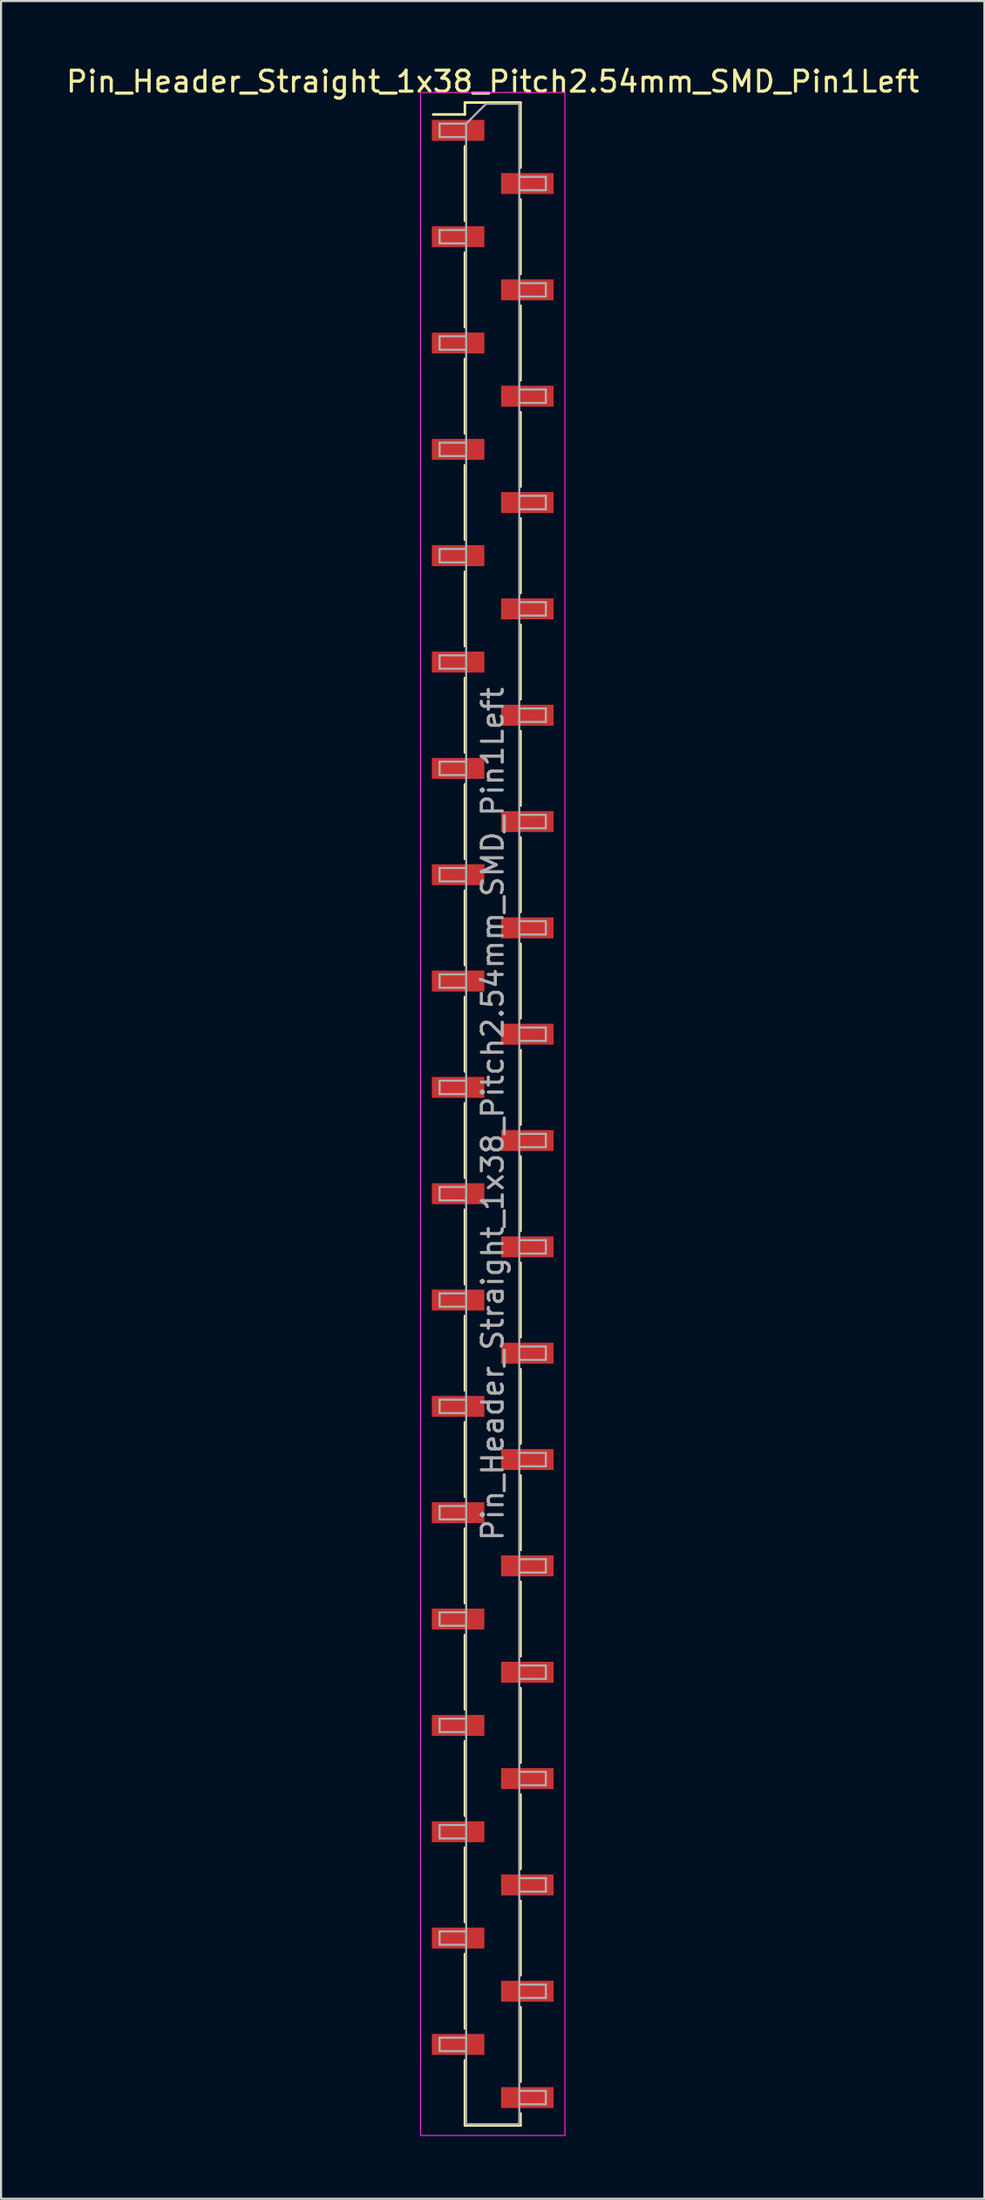
<source format=kicad_pcb>
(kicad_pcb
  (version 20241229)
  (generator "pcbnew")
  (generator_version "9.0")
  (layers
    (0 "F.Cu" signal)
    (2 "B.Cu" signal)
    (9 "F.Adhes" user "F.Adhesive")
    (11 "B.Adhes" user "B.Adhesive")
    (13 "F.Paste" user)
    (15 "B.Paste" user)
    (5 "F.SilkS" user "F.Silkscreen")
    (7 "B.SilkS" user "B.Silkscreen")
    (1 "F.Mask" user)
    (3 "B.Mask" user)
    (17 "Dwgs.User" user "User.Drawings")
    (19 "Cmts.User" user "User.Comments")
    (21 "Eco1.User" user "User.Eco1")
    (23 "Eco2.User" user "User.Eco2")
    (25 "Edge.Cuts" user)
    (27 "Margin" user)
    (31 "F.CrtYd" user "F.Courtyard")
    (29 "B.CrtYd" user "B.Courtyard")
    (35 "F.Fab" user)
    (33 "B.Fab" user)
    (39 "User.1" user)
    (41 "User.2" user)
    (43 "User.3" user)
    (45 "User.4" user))
  (footprint "Pin_Header_Straight_1x38_Pitch2.54mm_SMD_Pin1Left"
    (layer "F.Cu")
    (at 20.506 50.168)
    (property "Reference" "Pin_Header_Straight_1x38_Pitch2.54mm_SMD_Pin1Left" (at 0 -49.32 0) (layer "F.SilkS") (effects (font (size 1 1) (thickness 0.15))))
    (attr smd)
    (fp_line (start -1.33 -48.32) (end -1.33 -47.75) (stroke (width 0.12) (type solid)) (layer "F.SilkS"))
    (fp_line (start -1.33 -48.32) (end 1.33 -48.32) (stroke (width 0.12) (type solid)) (layer "F.SilkS"))
    (fp_line (start -1.33 -47.75) (end -2.85 -47.75) (stroke (width 0.12) (type solid)) (layer "F.SilkS"))
    (fp_line (start -1.33 -46.23) (end -1.33 -42.67) (stroke (width 0.12) (type solid)) (layer "F.SilkS"))
    (fp_line (start -1.33 -41.15) (end -1.33 -37.59) (stroke (width 0.12) (type solid)) (layer "F.SilkS"))
    (fp_line (start -1.33 -36.07) (end -1.33 -32.51) (stroke (width 0.12) (type solid)) (layer "F.SilkS"))
    (fp_line (start -1.33 -30.99) (end -1.33 -27.43) (stroke (width 0.12) (type solid)) (layer "F.SilkS"))
    (fp_line (start -1.33 -25.91) (end -1.33 -22.35) (stroke (width 0.12) (type solid)) (layer "F.SilkS"))
    (fp_line (start -1.33 -20.83) (end -1.33 -17.27) (stroke (width 0.12) (type solid)) (layer "F.SilkS"))
    (fp_line (start -1.33 -15.75) (end -1.33 -12.19) (stroke (width 0.12) (type solid)) (layer "F.SilkS"))
    (fp_line (start -1.33 -10.67) (end -1.33 -7.11) (stroke (width 0.12) (type solid)) (layer "F.SilkS"))
    (fp_line (start -1.33 -5.59) (end -1.33 -2.03) (stroke (width 0.12) (type solid)) (layer "F.SilkS"))
    (fp_line (start -1.33 -0.51) (end -1.33 3.05) (stroke (width 0.12) (type solid)) (layer "F.SilkS"))
    (fp_line (start -1.33 4.57) (end -1.33 8.13) (stroke (width 0.12) (type solid)) (layer "F.SilkS"))
    (fp_line (start -1.33 9.65) (end -1.33 13.21) (stroke (width 0.12) (type solid)) (layer "F.SilkS"))
    (fp_line (start -1.33 14.73) (end -1.33 18.29) (stroke (width 0.12) (type solid)) (layer "F.SilkS"))
    (fp_line (start -1.33 19.81) (end -1.33 23.37) (stroke (width 0.12) (type solid)) (layer "F.SilkS"))
    (fp_line (start -1.33 24.89) (end -1.33 28.45) (stroke (width 0.12) (type solid)) (layer "F.SilkS"))
    (fp_line (start -1.33 29.97) (end -1.33 33.53) (stroke (width 0.12) (type solid)) (layer "F.SilkS"))
    (fp_line (start -1.33 35.05) (end -1.33 38.61) (stroke (width 0.12) (type solid)) (layer "F.SilkS"))
    (fp_line (start -1.33 40.13) (end -1.33 43.69) (stroke (width 0.12) (type solid)) (layer "F.SilkS"))
    (fp_line (start -1.33 45.21) (end -1.33 48.32) (stroke (width 0.12) (type solid)) (layer "F.SilkS"))
    (fp_line (start -1.33 48.32) (end 1.33 48.32) (stroke (width 0.12) (type solid)) (layer "F.SilkS"))
    (fp_line (start 1.33 -48.32) (end 1.33 -45.21) (stroke (width 0.12) (type solid)) (layer "F.SilkS"))
    (fp_line (start 1.33 -43.69) (end 1.33 -40.13) (stroke (width 0.12) (type solid)) (layer "F.SilkS"))
    (fp_line (start 1.33 -38.61) (end 1.33 -35.05) (stroke (width 0.12) (type solid)) (layer "F.SilkS"))
    (fp_line (start 1.33 -33.53) (end 1.33 -29.97) (stroke (width 0.12) (type solid)) (layer "F.SilkS"))
    (fp_line (start 1.33 -28.45) (end 1.33 -24.89) (stroke (width 0.12) (type solid)) (layer "F.SilkS"))
    (fp_line (start 1.33 -23.37) (end 1.33 -19.81) (stroke (width 0.12) (type solid)) (layer "F.SilkS"))
    (fp_line (start 1.33 -18.29) (end 1.33 -14.73) (stroke (width 0.12) (type solid)) (layer "F.SilkS"))
    (fp_line (start 1.33 -13.21) (end 1.33 -9.65) (stroke (width 0.12) (type solid)) (layer "F.SilkS"))
    (fp_line (start 1.33 -8.13) (end 1.33 -4.57) (stroke (width 0.12) (type solid)) (layer "F.SilkS"))
    (fp_line (start 1.33 -3.05) (end 1.33 0.51) (stroke (width 0.12) (type solid)) (layer "F.SilkS"))
    (fp_line (start 1.33 2.03) (end 1.33 5.59) (stroke (width 0.12) (type solid)) (layer "F.SilkS"))
    (fp_line (start 1.33 7.11) (end 1.33 10.67) (stroke (width 0.12) (type solid)) (layer "F.SilkS"))
    (fp_line (start 1.33 12.19) (end 1.33 15.75) (stroke (width 0.12) (type solid)) (layer "F.SilkS"))
    (fp_line (start 1.33 17.27) (end 1.33 20.83) (stroke (width 0.12) (type solid)) (layer "F.SilkS"))
    (fp_line (start 1.33 22.35) (end 1.33 25.91) (stroke (width 0.12) (type solid)) (layer "F.SilkS"))
    (fp_line (start 1.33 27.43) (end 1.33 30.99) (stroke (width 0.12) (type solid)) (layer "F.SilkS"))
    (fp_line (start 1.33 32.51) (end 1.33 36.07) (stroke (width 0.12) (type solid)) (layer "F.SilkS"))
    (fp_line (start 1.33 37.59) (end 1.33 41.15) (stroke (width 0.12) (type solid)) (layer "F.SilkS"))
    (fp_line (start 1.33 42.67) (end 1.33 46.23) (stroke (width 0.12) (type solid)) (layer "F.SilkS"))
    (fp_line (start 1.33 47.75) (end 1.33 48.32) (stroke (width 0.12) (type solid)) (layer "F.SilkS"))
    (fp_line (start -3.45 -48.8) (end -3.45 48.8) (stroke (width 0.05) (type solid)) (layer "F.CrtYd"))
    (fp_line (start -3.45 48.8) (end 3.45 48.8) (stroke (width 0.05) (type solid)) (layer "F.CrtYd"))
    (fp_line (start 3.45 -48.8) (end -3.45 -48.8) (stroke (width 0.05) (type solid)) (layer "F.CrtYd"))
    (fp_line (start 3.45 48.8) (end 3.45 -48.8) (stroke (width 0.05) (type solid)) (layer "F.CrtYd"))
    (fp_line (start -2.54 -47.31) (end -2.54 -46.67) (stroke (width 0.1) (type solid)) (layer "F.Fab"))
    (fp_line (start -2.54 -46.67) (end -1.27 -46.67) (stroke (width 0.1) (type solid)) (layer "F.Fab"))
    (fp_line (start -2.54 -42.23) (end -2.54 -41.59) (stroke (width 0.1) (type solid)) (layer "F.Fab"))
    (fp_line (start -2.54 -41.59) (end -1.27 -41.59) (stroke (width 0.1) (type solid)) (layer "F.Fab"))
    (fp_line (start -2.54 -37.15) (end -2.54 -36.51) (stroke (width 0.1) (type solid)) (layer "F.Fab"))
    (fp_line (start -2.54 -36.51) (end -1.27 -36.51) (stroke (width 0.1) (type solid)) (layer "F.Fab"))
    (fp_line (start -2.54 -32.07) (end -2.54 -31.43) (stroke (width 0.1) (type solid)) (layer "F.Fab"))
    (fp_line (start -2.54 -31.43) (end -1.27 -31.43) (stroke (width 0.1) (type solid)) (layer "F.Fab"))
    (fp_line (start -2.54 -26.99) (end -2.54 -26.35) (stroke (width 0.1) (type solid)) (layer "F.Fab"))
    (fp_line (start -2.54 -26.35) (end -1.27 -26.35) (stroke (width 0.1) (type solid)) (layer "F.Fab"))
    (fp_line (start -2.54 -21.91) (end -2.54 -21.27) (stroke (width 0.1) (type solid)) (layer "F.Fab"))
    (fp_line (start -2.54 -21.27) (end -1.27 -21.27) (stroke (width 0.1) (type solid)) (layer "F.Fab"))
    (fp_line (start -2.54 -16.83) (end -2.54 -16.19) (stroke (width 0.1) (type solid)) (layer "F.Fab"))
    (fp_line (start -2.54 -16.19) (end -1.27 -16.19) (stroke (width 0.1) (type solid)) (layer "F.Fab"))
    (fp_line (start -2.54 -11.75) (end -2.54 -11.11) (stroke (width 0.1) (type solid)) (layer "F.Fab"))
    (fp_line (start -2.54 -11.11) (end -1.27 -11.11) (stroke (width 0.1) (type solid)) (layer "F.Fab"))
    (fp_line (start -2.54 -6.67) (end -2.54 -6.03) (stroke (width 0.1) (type solid)) (layer "F.Fab"))
    (fp_line (start -2.54 -6.03) (end -1.27 -6.03) (stroke (width 0.1) (type solid)) (layer "F.Fab"))
    (fp_line (start -2.54 -1.59) (end -2.54 -0.95) (stroke (width 0.1) (type solid)) (layer "F.Fab"))
    (fp_line (start -2.54 -0.95) (end -1.27 -0.95) (stroke (width 0.1) (type solid)) (layer "F.Fab"))
    (fp_line (start -2.54 3.49) (end -2.54 4.13) (stroke (width 0.1) (type solid)) (layer "F.Fab"))
    (fp_line (start -2.54 4.13) (end -1.27 4.13) (stroke (width 0.1) (type solid)) (layer "F.Fab"))
    (fp_line (start -2.54 8.57) (end -2.54 9.21) (stroke (width 0.1) (type solid)) (layer "F.Fab"))
    (fp_line (start -2.54 9.21) (end -1.27 9.21) (stroke (width 0.1) (type solid)) (layer "F.Fab"))
    (fp_line (start -2.54 13.65) (end -2.54 14.29) (stroke (width 0.1) (type solid)) (layer "F.Fab"))
    (fp_line (start -2.54 14.29) (end -1.27 14.29) (stroke (width 0.1) (type solid)) (layer "F.Fab"))
    (fp_line (start -2.54 18.73) (end -2.54 19.37) (stroke (width 0.1) (type solid)) (layer "F.Fab"))
    (fp_line (start -2.54 19.37) (end -1.27 19.37) (stroke (width 0.1) (type solid)) (layer "F.Fab"))
    (fp_line (start -2.54 23.81) (end -2.54 24.45) (stroke (width 0.1) (type solid)) (layer "F.Fab"))
    (fp_line (start -2.54 24.45) (end -1.27 24.45) (stroke (width 0.1) (type solid)) (layer "F.Fab"))
    (fp_line (start -2.54 28.89) (end -2.54 29.53) (stroke (width 0.1) (type solid)) (layer "F.Fab"))
    (fp_line (start -2.54 29.53) (end -1.27 29.53) (stroke (width 0.1) (type solid)) (layer "F.Fab"))
    (fp_line (start -2.54 33.97) (end -2.54 34.61) (stroke (width 0.1) (type solid)) (layer "F.Fab"))
    (fp_line (start -2.54 34.61) (end -1.27 34.61) (stroke (width 0.1) (type solid)) (layer "F.Fab"))
    (fp_line (start -2.54 39.05) (end -2.54 39.69) (stroke (width 0.1) (type solid)) (layer "F.Fab"))
    (fp_line (start -2.54 39.69) (end -1.27 39.69) (stroke (width 0.1) (type solid)) (layer "F.Fab"))
    (fp_line (start -2.54 44.13) (end -2.54 44.77) (stroke (width 0.1) (type solid)) (layer "F.Fab"))
    (fp_line (start -2.54 44.77) (end -1.27 44.77) (stroke (width 0.1) (type solid)) (layer "F.Fab"))
    (fp_line (start -1.27 -47.31) (end -2.54 -47.31) (stroke (width 0.1) (type solid)) (layer "F.Fab"))
    (fp_line (start -1.27 -47.31) (end -0.32 -48.26) (stroke (width 0.1) (type solid)) (layer "F.Fab"))
    (fp_line (start -1.27 -42.23) (end -2.54 -42.23) (stroke (width 0.1) (type solid)) (layer "F.Fab"))
    (fp_line (start -1.27 -37.15) (end -2.54 -37.15) (stroke (width 0.1) (type solid)) (layer "F.Fab"))
    (fp_line (start -1.27 -32.07) (end -2.54 -32.07) (stroke (width 0.1) (type solid)) (layer "F.Fab"))
    (fp_line (start -1.27 -26.99) (end -2.54 -26.99) (stroke (width 0.1) (type solid)) (layer "F.Fab"))
    (fp_line (start -1.27 -21.91) (end -2.54 -21.91) (stroke (width 0.1) (type solid)) (layer "F.Fab"))
    (fp_line (start -1.27 -16.83) (end -2.54 -16.83) (stroke (width 0.1) (type solid)) (layer "F.Fab"))
    (fp_line (start -1.27 -11.75) (end -2.54 -11.75) (stroke (width 0.1) (type solid)) (layer "F.Fab"))
    (fp_line (start -1.27 -6.67) (end -2.54 -6.67) (stroke (width 0.1) (type solid)) (layer "F.Fab"))
    (fp_line (start -1.27 -1.59) (end -2.54 -1.59) (stroke (width 0.1) (type solid)) (layer "F.Fab"))
    (fp_line (start -1.27 3.49) (end -2.54 3.49) (stroke (width 0.1) (type solid)) (layer "F.Fab"))
    (fp_line (start -1.27 8.57) (end -2.54 8.57) (stroke (width 0.1) (type solid)) (layer "F.Fab"))
    (fp_line (start -1.27 13.65) (end -2.54 13.65) (stroke (width 0.1) (type solid)) (layer "F.Fab"))
    (fp_line (start -1.27 18.73) (end -2.54 18.73) (stroke (width 0.1) (type solid)) (layer "F.Fab"))
    (fp_line (start -1.27 23.81) (end -2.54 23.81) (stroke (width 0.1) (type solid)) (layer "F.Fab"))
    (fp_line (start -1.27 28.89) (end -2.54 28.89) (stroke (width 0.1) (type solid)) (layer "F.Fab"))
    (fp_line (start -1.27 33.97) (end -2.54 33.97) (stroke (width 0.1) (type solid)) (layer "F.Fab"))
    (fp_line (start -1.27 39.05) (end -2.54 39.05) (stroke (width 0.1) (type solid)) (layer "F.Fab"))
    (fp_line (start -1.27 44.13) (end -2.54 44.13) (stroke (width 0.1) (type solid)) (layer "F.Fab"))
    (fp_line (start -1.27 48.26) (end -1.27 -47.31) (stroke (width 0.1) (type solid)) (layer "F.Fab"))
    (fp_line (start -0.32 -48.26) (end 1.27 -48.26) (stroke (width 0.1) (type solid)) (layer "F.Fab"))
    (fp_line (start 1.27 -48.26) (end 1.27 48.26) (stroke (width 0.1) (type solid)) (layer "F.Fab"))
    (fp_line (start 1.27 -44.77) (end 2.54 -44.77) (stroke (width 0.1) (type solid)) (layer "F.Fab"))
    (fp_line (start 1.27 -39.69) (end 2.54 -39.69) (stroke (width 0.1) (type solid)) (layer "F.Fab"))
    (fp_line (start 1.27 -34.61) (end 2.54 -34.61) (stroke (width 0.1) (type solid)) (layer "F.Fab"))
    (fp_line (start 1.27 -29.53) (end 2.54 -29.53) (stroke (width 0.1) (type solid)) (layer "F.Fab"))
    (fp_line (start 1.27 -24.45) (end 2.54 -24.45) (stroke (width 0.1) (type solid)) (layer "F.Fab"))
    (fp_line (start 1.27 -19.37) (end 2.54 -19.37) (stroke (width 0.1) (type solid)) (layer "F.Fab"))
    (fp_line (start 1.27 -14.29) (end 2.54 -14.29) (stroke (width 0.1) (type solid)) (layer "F.Fab"))
    (fp_line (start 1.27 -9.21) (end 2.54 -9.21) (stroke (width 0.1) (type solid)) (layer "F.Fab"))
    (fp_line (start 1.27 -4.13) (end 2.54 -4.13) (stroke (width 0.1) (type solid)) (layer "F.Fab"))
    (fp_line (start 1.27 0.95) (end 2.54 0.95) (stroke (width 0.1) (type solid)) (layer "F.Fab"))
    (fp_line (start 1.27 6.03) (end 2.54 6.03) (stroke (width 0.1) (type solid)) (layer "F.Fab"))
    (fp_line (start 1.27 11.11) (end 2.54 11.11) (stroke (width 0.1) (type solid)) (layer "F.Fab"))
    (fp_line (start 1.27 16.19) (end 2.54 16.19) (stroke (width 0.1) (type solid)) (layer "F.Fab"))
    (fp_line (start 1.27 21.27) (end 2.54 21.27) (stroke (width 0.1) (type solid)) (layer "F.Fab"))
    (fp_line (start 1.27 26.35) (end 2.54 26.35) (stroke (width 0.1) (type solid)) (layer "F.Fab"))
    (fp_line (start 1.27 31.43) (end 2.54 31.43) (stroke (width 0.1) (type solid)) (layer "F.Fab"))
    (fp_line (start 1.27 36.51) (end 2.54 36.51) (stroke (width 0.1) (type solid)) (layer "F.Fab"))
    (fp_line (start 1.27 41.59) (end 2.54 41.59) (stroke (width 0.1) (type solid)) (layer "F.Fab"))
    (fp_line (start 1.27 46.67) (end 2.54 46.67) (stroke (width 0.1) (type solid)) (layer "F.Fab"))
    (fp_line (start 1.27 48.26) (end -1.27 48.26) (stroke (width 0.1) (type solid)) (layer "F.Fab"))
    (fp_line (start 2.54 -44.77) (end 2.54 -44.13) (stroke (width 0.1) (type solid)) (layer "F.Fab"))
    (fp_line (start 2.54 -44.13) (end 1.27 -44.13) (stroke (width 0.1) (type solid)) (layer "F.Fab"))
    (fp_line (start 2.54 -39.69) (end 2.54 -39.05) (stroke (width 0.1) (type solid)) (layer "F.Fab"))
    (fp_line (start 2.54 -39.05) (end 1.27 -39.05) (stroke (width 0.1) (type solid)) (layer "F.Fab"))
    (fp_line (start 2.54 -34.61) (end 2.54 -33.97) (stroke (width 0.1) (type solid)) (layer "F.Fab"))
    (fp_line (start 2.54 -33.97) (end 1.27 -33.97) (stroke (width 0.1) (type solid)) (layer "F.Fab"))
    (fp_line (start 2.54 -29.53) (end 2.54 -28.89) (stroke (width 0.1) (type solid)) (layer "F.Fab"))
    (fp_line (start 2.54 -28.89) (end 1.27 -28.89) (stroke (width 0.1) (type solid)) (layer "F.Fab"))
    (fp_line (start 2.54 -24.45) (end 2.54 -23.81) (stroke (width 0.1) (type solid)) (layer "F.Fab"))
    (fp_line (start 2.54 -23.81) (end 1.27 -23.81) (stroke (width 0.1) (type solid)) (layer "F.Fab"))
    (fp_line (start 2.54 -19.37) (end 2.54 -18.73) (stroke (width 0.1) (type solid)) (layer "F.Fab"))
    (fp_line (start 2.54 -18.73) (end 1.27 -18.73) (stroke (width 0.1) (type solid)) (layer "F.Fab"))
    (fp_line (start 2.54 -14.29) (end 2.54 -13.65) (stroke (width 0.1) (type solid)) (layer "F.Fab"))
    (fp_line (start 2.54 -13.65) (end 1.27 -13.65) (stroke (width 0.1) (type solid)) (layer "F.Fab"))
    (fp_line (start 2.54 -9.21) (end 2.54 -8.57) (stroke (width 0.1) (type solid)) (layer "F.Fab"))
    (fp_line (start 2.54 -8.57) (end 1.27 -8.57) (stroke (width 0.1) (type solid)) (layer "F.Fab"))
    (fp_line (start 2.54 -4.13) (end 2.54 -3.49) (stroke (width 0.1) (type solid)) (layer "F.Fab"))
    (fp_line (start 2.54 -3.49) (end 1.27 -3.49) (stroke (width 0.1) (type solid)) (layer "F.Fab"))
    (fp_line (start 2.54 0.95) (end 2.54 1.59) (stroke (width 0.1) (type solid)) (layer "F.Fab"))
    (fp_line (start 2.54 1.59) (end 1.27 1.59) (stroke (width 0.1) (type solid)) (layer "F.Fab"))
    (fp_line (start 2.54 6.03) (end 2.54 6.67) (stroke (width 0.1) (type solid)) (layer "F.Fab"))
    (fp_line (start 2.54 6.67) (end 1.27 6.67) (stroke (width 0.1) (type solid)) (layer "F.Fab"))
    (fp_line (start 2.54 11.11) (end 2.54 11.75) (stroke (width 0.1) (type solid)) (layer "F.Fab"))
    (fp_line (start 2.54 11.75) (end 1.27 11.75) (stroke (width 0.1) (type solid)) (layer "F.Fab"))
    (fp_line (start 2.54 16.19) (end 2.54 16.83) (stroke (width 0.1) (type solid)) (layer "F.Fab"))
    (fp_line (start 2.54 16.83) (end 1.27 16.83) (stroke (width 0.1) (type solid)) (layer "F.Fab"))
    (fp_line (start 2.54 21.27) (end 2.54 21.91) (stroke (width 0.1) (type solid)) (layer "F.Fab"))
    (fp_line (start 2.54 21.91) (end 1.27 21.91) (stroke (width 0.1) (type solid)) (layer "F.Fab"))
    (fp_line (start 2.54 26.35) (end 2.54 26.99) (stroke (width 0.1) (type solid)) (layer "F.Fab"))
    (fp_line (start 2.54 26.99) (end 1.27 26.99) (stroke (width 0.1) (type solid)) (layer "F.Fab"))
    (fp_line (start 2.54 31.43) (end 2.54 32.07) (stroke (width 0.1) (type solid)) (layer "F.Fab"))
    (fp_line (start 2.54 32.07) (end 1.27 32.07) (stroke (width 0.1) (type solid)) (layer "F.Fab"))
    (fp_line (start 2.54 36.51) (end 2.54 37.15) (stroke (width 0.1) (type solid)) (layer "F.Fab"))
    (fp_line (start 2.54 37.15) (end 1.27 37.15) (stroke (width 0.1) (type solid)) (layer "F.Fab"))
    (fp_line (start 2.54 41.59) (end 2.54 42.23) (stroke (width 0.1) (type solid)) (layer "F.Fab"))
    (fp_line (start 2.54 42.23) (end 1.27 42.23) (stroke (width 0.1) (type solid)) (layer "F.Fab"))
    (fp_line (start 2.54 46.67) (end 2.54 47.31) (stroke (width 0.1) (type solid)) (layer "F.Fab"))
    (fp_line (start 2.54 47.31) (end 1.27 47.31) (stroke (width 0.1) (type solid)) (layer "F.Fab"))
    (fp_text user "${REFERENCE}" (at 0 0 90) (layer "F.Fab") (effects (font (size 1 1) (thickness 0.15))))
    (pad "1" smd rect (at -1.655 -46.99) (size 2.51 1) (layers "F.Cu" "F.Mask" "F.Paste"))
    (pad "2" smd rect (at 1.655 -44.45) (size 2.51 1) (layers "F.Cu" "F.Mask" "F.Paste"))
    (pad "3" smd rect (at -1.655 -41.91) (size 2.51 1) (layers "F.Cu" "F.Mask" "F.Paste"))
    (pad "4" smd rect (at 1.655 -39.37) (size 2.51 1) (layers "F.Cu" "F.Mask" "F.Paste"))
    (pad "5" smd rect (at -1.655 -36.83) (size 2.51 1) (layers "F.Cu" "F.Mask" "F.Paste"))
    (pad "6" smd rect (at 1.655 -34.29) (size 2.51 1) (layers "F.Cu" "F.Mask" "F.Paste"))
    (pad "7" smd rect (at -1.655 -31.75) (size 2.51 1) (layers "F.Cu" "F.Mask" "F.Paste"))
    (pad "8" smd rect (at 1.655 -29.21) (size 2.51 1) (layers "F.Cu" "F.Mask" "F.Paste"))
    (pad "9" smd rect (at -1.655 -26.67) (size 2.51 1) (layers "F.Cu" "F.Mask" "F.Paste"))
    (pad "10" smd rect (at 1.655 -24.13) (size 2.51 1) (layers "F.Cu" "F.Mask" "F.Paste"))
    (pad "11" smd rect (at -1.655 -21.59) (size 2.51 1) (layers "F.Cu" "F.Mask" "F.Paste"))
    (pad "12" smd rect (at 1.655 -19.05) (size 2.51 1) (layers "F.Cu" "F.Mask" "F.Paste"))
    (pad "13" smd rect (at -1.655 -16.51) (size 2.51 1) (layers "F.Cu" "F.Mask" "F.Paste"))
    (pad "14" smd rect (at 1.655 -13.97) (size 2.51 1) (layers "F.Cu" "F.Mask" "F.Paste"))
    (pad "15" smd rect (at -1.655 -11.43) (size 2.51 1) (layers "F.Cu" "F.Mask" "F.Paste"))
    (pad "16" smd rect (at 1.655 -8.89) (size 2.51 1) (layers "F.Cu" "F.Mask" "F.Paste"))
    (pad "17" smd rect (at -1.655 -6.35) (size 2.51 1) (layers "F.Cu" "F.Mask" "F.Paste"))
    (pad "18" smd rect (at 1.655 -3.81) (size 2.51 1) (layers "F.Cu" "F.Mask" "F.Paste"))
    (pad "19" smd rect (at -1.655 -1.27) (size 2.51 1) (layers "F.Cu" "F.Mask" "F.Paste"))
    (pad "20" smd rect (at 1.655 1.27) (size 2.51 1) (layers "F.Cu" "F.Mask" "F.Paste"))
    (pad "21" smd rect (at -1.655 3.81) (size 2.51 1) (layers "F.Cu" "F.Mask" "F.Paste"))
    (pad "22" smd rect (at 1.655 6.35) (size 2.51 1) (layers "F.Cu" "F.Mask" "F.Paste"))
    (pad "23" smd rect (at -1.655 8.89) (size 2.51 1) (layers "F.Cu" "F.Mask" "F.Paste"))
    (pad "24" smd rect (at 1.655 11.43) (size 2.51 1) (layers "F.Cu" "F.Mask" "F.Paste"))
    (pad "25" smd rect (at -1.655 13.97) (size 2.51 1) (layers "F.Cu" "F.Mask" "F.Paste"))
    (pad "26" smd rect (at 1.655 16.51) (size 2.51 1) (layers "F.Cu" "F.Mask" "F.Paste"))
    (pad "27" smd rect (at -1.655 19.05) (size 2.51 1) (layers "F.Cu" "F.Mask" "F.Paste"))
    (pad "28" smd rect (at 1.655 21.59) (size 2.51 1) (layers "F.Cu" "F.Mask" "F.Paste"))
    (pad "29" smd rect (at -1.655 24.13) (size 2.51 1) (layers "F.Cu" "F.Mask" "F.Paste"))
    (pad "30" smd rect (at 1.655 26.67) (size 2.51 1) (layers "F.Cu" "F.Mask" "F.Paste"))
    (pad "31" smd rect (at -1.655 29.21) (size 2.51 1) (layers "F.Cu" "F.Mask" "F.Paste"))
    (pad "32" smd rect (at 1.655 31.75) (size 2.51 1) (layers "F.Cu" "F.Mask" "F.Paste"))
    (pad "33" smd rect (at -1.655 34.29) (size 2.51 1) (layers "F.Cu" "F.Mask" "F.Paste"))
    (pad "34" smd rect (at 1.655 36.83) (size 2.51 1) (layers "F.Cu" "F.Mask" "F.Paste"))
    (pad "35" smd rect (at -1.655 39.37) (size 2.51 1) (layers "F.Cu" "F.Mask" "F.Paste"))
    (pad "36" smd rect (at 1.655 41.91) (size 2.51 1) (layers "F.Cu" "F.Mask" "F.Paste"))
    (pad "37" smd rect (at -1.655 44.45) (size 2.51 1) (layers "F.Cu" "F.Mask" "F.Paste"))
    (pad "38" smd rect (at 1.655 46.99) (size 2.51 1) (layers "F.Cu" "F.Mask" "F.Paste")))
  (gr_rect
    (start -3 -3)
    (end 44.012 101.993)
    (stroke (width 0.1) (type default))
    (fill no)
    (layer "Edge.Cuts")))
</source>
